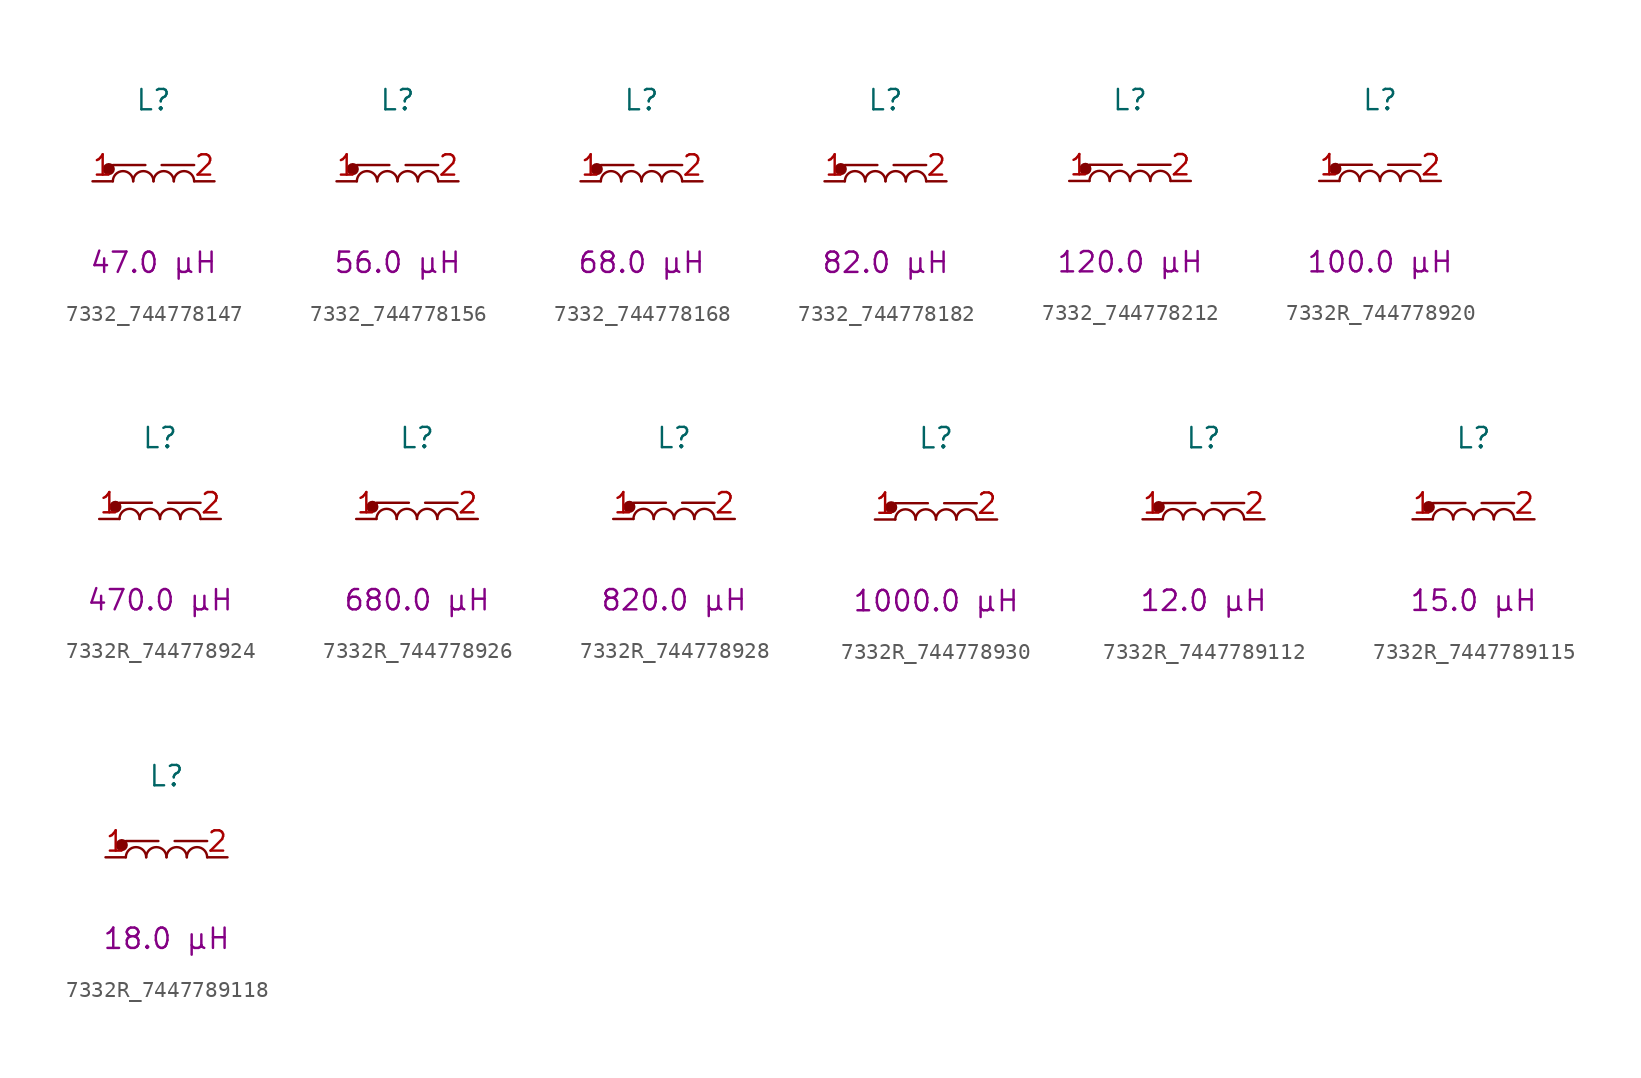
<source format=kicad_sym>
(kicad_symbol_lib
  (version 20220914)
  (generator kicad_symbol_editor)
  (symbol "7332_744778147"
    (pin_names hide)
    (property "Reference" "L"
      (at 0 5.08 0)
      (effects (font (size 1.27 1.27))))
    (property "Critical Parameter" "47.0 µH"
      (at 0 -5.08 0)
      (effects (font (size 1.27 1.27))))
    (symbol "7332_744778147_0_1"
      (arc (start -1.27 0) (mid -1.905 0.6323) (end -2.54 0) (stroke (width 0) (type default)) (fill (type none)))
      (arc (start 0 0) (mid -0.635 0.6323) (end -1.27 0) (stroke (width 0) (type default)) (fill (type none)))
      (polyline (pts (xy -2.54 1.016) (xy -0.508 1.016)) (stroke (width 0) (type default)) (fill (type none)))
      (arc (start 1.27 0) (mid 0.635 0.6323) (end 0 0) (stroke (width 0) (type default)) (fill (type none)))
      (arc (start 2.54 0) (mid 1.905 0.6323) (end 1.27 0) (stroke (width 0) (type default)) (fill (type none))))
    (symbol "7332_744778147_1_1"
      (circle (center -2.794 0.762) (radius 0.0001) (stroke (width 0.381) (type default)) (fill (type none)))
      (polyline (pts (xy 2.54 1.016) (xy 0.508 1.016)) (stroke (width 0) (type default)) (fill (type none)))
      (pin passive line (at -3.81 0 0) (length 1.27) (name "1" (effects (font (size 1.27 1.27)))) (number "1" (effects (font (size 1.27 1.27)))))
      (pin passive line (at 3.81 0 180) (length 1.27) (name "2" (effects (font (size 1.27 1.27)))) (number "2" (effects (font (size 1.27 1.27)))))))
  (symbol "7332_744778156"
    (pin_names hide)
    (property "Reference" "L"
      (at 0 5.08 0)
      (effects (font (size 1.27 1.27))))
    (property "Critical Parameter" "56.0 µH"
      (at 0 -5.08 0)
      (effects (font (size 1.27 1.27))))
    (symbol "7332_744778156_0_1"
      (arc (start -1.27 0) (mid -1.905 0.6323) (end -2.54 0) (stroke (width 0) (type default)) (fill (type none)))
      (arc (start 0 0) (mid -0.635 0.6323) (end -1.27 0) (stroke (width 0) (type default)) (fill (type none)))
      (polyline (pts (xy -2.54 1.016) (xy -0.508 1.016)) (stroke (width 0) (type default)) (fill (type none)))
      (arc (start 1.27 0) (mid 0.635 0.6323) (end 0 0) (stroke (width 0) (type default)) (fill (type none)))
      (arc (start 2.54 0) (mid 1.905 0.6323) (end 1.27 0) (stroke (width 0) (type default)) (fill (type none))))
    (symbol "7332_744778156_1_1"
      (circle (center -2.794 0.762) (radius 0.0001) (stroke (width 0.381) (type default)) (fill (type none)))
      (polyline (pts (xy 2.54 1.016) (xy 0.508 1.016)) (stroke (width 0) (type default)) (fill (type none)))
      (pin passive line (at -3.81 0 0) (length 1.27) (name "1" (effects (font (size 1.27 1.27)))) (number "1" (effects (font (size 1.27 1.27)))))
      (pin passive line (at 3.81 0 180) (length 1.27) (name "2" (effects (font (size 1.27 1.27)))) (number "2" (effects (font (size 1.27 1.27)))))))
  (symbol "7332_744778168"
    (pin_names hide)
    (property "Reference" "L"
      (at 0 5.08 0)
      (effects (font (size 1.27 1.27))))
    (property "Critical Parameter" "68.0 µH"
      (at 0 -5.08 0)
      (effects (font (size 1.27 1.27))))
    (symbol "7332_744778168_0_1"
      (arc (start -1.27 0) (mid -1.905 0.6323) (end -2.54 0) (stroke (width 0) (type default)) (fill (type none)))
      (arc (start 0 0) (mid -0.635 0.6323) (end -1.27 0) (stroke (width 0) (type default)) (fill (type none)))
      (polyline (pts (xy -2.54 1.016) (xy -0.508 1.016)) (stroke (width 0) (type default)) (fill (type none)))
      (arc (start 1.27 0) (mid 0.635 0.6323) (end 0 0) (stroke (width 0) (type default)) (fill (type none)))
      (arc (start 2.54 0) (mid 1.905 0.6323) (end 1.27 0) (stroke (width 0) (type default)) (fill (type none))))
    (symbol "7332_744778168_1_1"
      (circle (center -2.794 0.762) (radius 0.0001) (stroke (width 0.381) (type default)) (fill (type none)))
      (polyline (pts (xy 2.54 1.016) (xy 0.508 1.016)) (stroke (width 0) (type default)) (fill (type none)))
      (pin passive line (at -3.81 0 0) (length 1.27) (name "1" (effects (font (size 1.27 1.27)))) (number "1" (effects (font (size 1.27 1.27)))))
      (pin passive line (at 3.81 0 180) (length 1.27) (name "2" (effects (font (size 1.27 1.27)))) (number "2" (effects (font (size 1.27 1.27)))))))
  (symbol "7332_744778182"
    (pin_names hide)
    (property "Reference" "L"
      (at 0 5.08 0)
      (effects (font (size 1.27 1.27))))
    (property "Critical Parameter" "82.0 µH"
      (at 0 -5.08 0)
      (effects (font (size 1.27 1.27))))
    (symbol "7332_744778182_0_1"
      (arc (start -1.27 0) (mid -1.905 0.6323) (end -2.54 0) (stroke (width 0) (type default)) (fill (type none)))
      (arc (start 0 0) (mid -0.635 0.6323) (end -1.27 0) (stroke (width 0) (type default)) (fill (type none)))
      (polyline (pts (xy -2.54 1.016) (xy -0.508 1.016)) (stroke (width 0) (type default)) (fill (type none)))
      (arc (start 1.27 0) (mid 0.635 0.6323) (end 0 0) (stroke (width 0) (type default)) (fill (type none)))
      (arc (start 2.54 0) (mid 1.905 0.6323) (end 1.27 0) (stroke (width 0) (type default)) (fill (type none))))
    (symbol "7332_744778182_1_1"
      (circle (center -2.794 0.762) (radius 0.0001) (stroke (width 0.381) (type default)) (fill (type none)))
      (polyline (pts (xy 2.54 1.016) (xy 0.508 1.016)) (stroke (width 0) (type default)) (fill (type none)))
      (pin passive line (at -3.81 0 0) (length 1.27) (name "1" (effects (font (size 1.27 1.27)))) (number "1" (effects (font (size 1.27 1.27)))))
      (pin passive line (at 3.81 0 180) (length 1.27) (name "2" (effects (font (size 1.27 1.27)))) (number "2" (effects (font (size 1.27 1.27)))))))
  (symbol "7332_744778212"
    (pin_names hide)
    (property "Reference" "L"
      (at 0 5.08 0)
      (effects (font (size 1.27 1.27))))
    (property "Critical Parameter" "120.0 µH"
      (at 0 -5.08 0)
      (effects (font (size 1.27 1.27))))
    (symbol "7332_744778212_0_1"
      (arc (start -1.27 0) (mid -1.905 0.6323) (end -2.54 0) (stroke (width 0) (type default)) (fill (type none)))
      (arc (start 0 0) (mid -0.635 0.6323) (end -1.27 0) (stroke (width 0) (type default)) (fill (type none)))
      (polyline (pts (xy -2.54 1.016) (xy -0.508 1.016)) (stroke (width 0) (type default)) (fill (type none)))
      (arc (start 1.27 0) (mid 0.635 0.6323) (end 0 0) (stroke (width 0) (type default)) (fill (type none)))
      (arc (start 2.54 0) (mid 1.905 0.6323) (end 1.27 0) (stroke (width 0) (type default)) (fill (type none))))
    (symbol "7332_744778212_1_1"
      (circle (center -2.794 0.762) (radius 0.0001) (stroke (width 0.381) (type default)) (fill (type none)))
      (polyline (pts (xy 2.54 1.016) (xy 0.508 1.016)) (stroke (width 0) (type default)) (fill (type none)))
      (pin passive line (at -3.81 0 0) (length 1.27) (name "1" (effects (font (size 1.27 1.27)))) (number "1" (effects (font (size 1.27 1.27)))))
      (pin passive line (at 3.81 0 180) (length 1.27) (name "2" (effects (font (size 1.27 1.27)))) (number "2" (effects (font (size 1.27 1.27)))))))
  (symbol "7332R_744778920"
    (pin_names hide)
    (property "Reference" "L"
      (at 0 5.08 0)
      (effects (font (size 1.27 1.27))))
    (property "Critical Parameter" "100.0 µH"
      (at 0 -5.08 0)
      (effects (font (size 1.27 1.27))))
    (symbol "7332R_744778920_0_1"
      (arc (start -1.27 0) (mid -1.905 0.6323) (end -2.54 0) (stroke (width 0) (type default)) (fill (type none)))
      (arc (start 0 0) (mid -0.635 0.6323) (end -1.27 0) (stroke (width 0) (type default)) (fill (type none)))
      (polyline (pts (xy -2.54 1.016) (xy -0.508 1.016)) (stroke (width 0) (type default)) (fill (type none)))
      (arc (start 1.27 0) (mid 0.635 0.6323) (end 0 0) (stroke (width 0) (type default)) (fill (type none)))
      (arc (start 2.54 0) (mid 1.905 0.6323) (end 1.27 0) (stroke (width 0) (type default)) (fill (type none))))
    (symbol "7332R_744778920_1_1"
      (circle (center -2.794 0.762) (radius 0.0001) (stroke (width 0.381) (type default)) (fill (type none)))
      (polyline (pts (xy 2.54 1.016) (xy 0.508 1.016)) (stroke (width 0) (type default)) (fill (type none)))
      (pin passive line (at -3.81 0 0) (length 1.27) (name "1" (effects (font (size 1.27 1.27)))) (number "1" (effects (font (size 1.27 1.27)))))
      (pin passive line (at 3.81 0 180) (length 1.27) (name "2" (effects (font (size 1.27 1.27)))) (number "2" (effects (font (size 1.27 1.27)))))))
  (symbol "7332R_744778924"
    (pin_names hide)
    (property "Reference" "L"
      (at 0 5.08 0)
      (effects (font (size 1.27 1.27))))
    (property "Critical Parameter" "470.0 µH"
      (at 0 -5.08 0)
      (effects (font (size 1.27 1.27))))
    (symbol "7332R_744778924_0_1"
      (arc (start -1.27 0) (mid -1.905 0.6323) (end -2.54 0) (stroke (width 0) (type default)) (fill (type none)))
      (arc (start 0 0) (mid -0.635 0.6323) (end -1.27 0) (stroke (width 0) (type default)) (fill (type none)))
      (polyline (pts (xy -2.54 1.016) (xy -0.508 1.016)) (stroke (width 0) (type default)) (fill (type none)))
      (arc (start 1.27 0) (mid 0.635 0.6323) (end 0 0) (stroke (width 0) (type default)) (fill (type none)))
      (arc (start 2.54 0) (mid 1.905 0.6323) (end 1.27 0) (stroke (width 0) (type default)) (fill (type none))))
    (symbol "7332R_744778924_1_1"
      (circle (center -2.794 0.762) (radius 0.0001) (stroke (width 0.381) (type default)) (fill (type none)))
      (polyline (pts (xy 2.54 1.016) (xy 0.508 1.016)) (stroke (width 0) (type default)) (fill (type none)))
      (pin passive line (at -3.81 0 0) (length 1.27) (name "1" (effects (font (size 1.27 1.27)))) (number "1" (effects (font (size 1.27 1.27)))))
      (pin passive line (at 3.81 0 180) (length 1.27) (name "2" (effects (font (size 1.27 1.27)))) (number "2" (effects (font (size 1.27 1.27)))))))
  (symbol "7332R_744778926"
    (pin_names hide)
    (property "Reference" "L"
      (at 0 5.08 0)
      (effects (font (size 1.27 1.27))))
    (property "Critical Parameter" "680.0 µH"
      (at 0 -5.08 0)
      (effects (font (size 1.27 1.27))))
    (symbol "7332R_744778926_0_1"
      (arc (start -1.27 0) (mid -1.905 0.6323) (end -2.54 0) (stroke (width 0) (type default)) (fill (type none)))
      (arc (start 0 0) (mid -0.635 0.6323) (end -1.27 0) (stroke (width 0) (type default)) (fill (type none)))
      (polyline (pts (xy -2.54 1.016) (xy -0.508 1.016)) (stroke (width 0) (type default)) (fill (type none)))
      (arc (start 1.27 0) (mid 0.635 0.6323) (end 0 0) (stroke (width 0) (type default)) (fill (type none)))
      (arc (start 2.54 0) (mid 1.905 0.6323) (end 1.27 0) (stroke (width 0) (type default)) (fill (type none))))
    (symbol "7332R_744778926_1_1"
      (circle (center -2.794 0.762) (radius 0.0001) (stroke (width 0.381) (type default)) (fill (type none)))
      (polyline (pts (xy 2.54 1.016) (xy 0.508 1.016)) (stroke (width 0) (type default)) (fill (type none)))
      (pin passive line (at -3.81 0 0) (length 1.27) (name "1" (effects (font (size 1.27 1.27)))) (number "1" (effects (font (size 1.27 1.27)))))
      (pin passive line (at 3.81 0 180) (length 1.27) (name "2" (effects (font (size 1.27 1.27)))) (number "2" (effects (font (size 1.27 1.27)))))))
  (symbol "7332R_744778928"
    (pin_names hide)
    (property "Reference" "L"
      (at 0 5.08 0)
      (effects (font (size 1.27 1.27))))
    (property "Critical Parameter" "820.0 µH"
      (at 0 -5.08 0)
      (effects (font (size 1.27 1.27))))
    (symbol "7332R_744778928_0_1"
      (arc (start -1.27 0) (mid -1.905 0.6323) (end -2.54 0) (stroke (width 0) (type default)) (fill (type none)))
      (arc (start 0 0) (mid -0.635 0.6323) (end -1.27 0) (stroke (width 0) (type default)) (fill (type none)))
      (polyline (pts (xy -2.54 1.016) (xy -0.508 1.016)) (stroke (width 0) (type default)) (fill (type none)))
      (arc (start 1.27 0) (mid 0.635 0.6323) (end 0 0) (stroke (width 0) (type default)) (fill (type none)))
      (arc (start 2.54 0) (mid 1.905 0.6323) (end 1.27 0) (stroke (width 0) (type default)) (fill (type none))))
    (symbol "7332R_744778928_1_1"
      (circle (center -2.794 0.762) (radius 0.0001) (stroke (width 0.381) (type default)) (fill (type none)))
      (polyline (pts (xy 2.54 1.016) (xy 0.508 1.016)) (stroke (width 0) (type default)) (fill (type none)))
      (pin passive line (at -3.81 0 0) (length 1.27) (name "1" (effects (font (size 1.27 1.27)))) (number "1" (effects (font (size 1.27 1.27)))))
      (pin passive line (at 3.81 0 180) (length 1.27) (name "2" (effects (font (size 1.27 1.27)))) (number "2" (effects (font (size 1.27 1.27)))))))
  (symbol "7332R_744778930"
    (pin_names hide)
    (property "Reference" "L"
      (at 0 5.08 0)
      (effects (font (size 1.27 1.27))))
    (property "Critical Parameter" "1000.0 µH"
      (at 0 -5.08 0)
      (effects (font (size 1.27 1.27))))
    (symbol "7332R_744778930_0_1"
      (arc (start -1.27 0) (mid -1.905 0.6323) (end -2.54 0) (stroke (width 0) (type default)) (fill (type none)))
      (arc (start 0 0) (mid -0.635 0.6323) (end -1.27 0) (stroke (width 0) (type default)) (fill (type none)))
      (polyline (pts (xy -2.54 1.016) (xy -0.508 1.016)) (stroke (width 0) (type default)) (fill (type none)))
      (arc (start 1.27 0) (mid 0.635 0.6323) (end 0 0) (stroke (width 0) (type default)) (fill (type none)))
      (arc (start 2.54 0) (mid 1.905 0.6323) (end 1.27 0) (stroke (width 0) (type default)) (fill (type none))))
    (symbol "7332R_744778930_1_1"
      (circle (center -2.794 0.762) (radius 0.0001) (stroke (width 0.381) (type default)) (fill (type none)))
      (polyline (pts (xy 2.54 1.016) (xy 0.508 1.016)) (stroke (width 0) (type default)) (fill (type none)))
      (pin passive line (at -3.81 0 0) (length 1.27) (name "1" (effects (font (size 1.27 1.27)))) (number "1" (effects (font (size 1.27 1.27)))))
      (pin passive line (at 3.81 0 180) (length 1.27) (name "2" (effects (font (size 1.27 1.27)))) (number "2" (effects (font (size 1.27 1.27)))))))
  (symbol "7332R_7447789112"
    (pin_names hide)
    (property "Reference" "L"
      (at 0 5.08 0)
      (effects (font (size 1.27 1.27))))
    (property "Critical Parameter" "12.0 µH"
      (at 0 -5.08 0)
      (effects (font (size 1.27 1.27))))
    (symbol "7332R_7447789112_0_1"
      (arc (start -1.27 0) (mid -1.905 0.6323) (end -2.54 0) (stroke (width 0) (type default)) (fill (type none)))
      (arc (start 0 0) (mid -0.635 0.6323) (end -1.27 0) (stroke (width 0) (type default)) (fill (type none)))
      (polyline (pts (xy -2.54 1.016) (xy -0.508 1.016)) (stroke (width 0) (type default)) (fill (type none)))
      (arc (start 1.27 0) (mid 0.635 0.6323) (end 0 0) (stroke (width 0) (type default)) (fill (type none)))
      (arc (start 2.54 0) (mid 1.905 0.6323) (end 1.27 0) (stroke (width 0) (type default)) (fill (type none))))
    (symbol "7332R_7447789112_1_1"
      (circle (center -2.794 0.762) (radius 0.0001) (stroke (width 0.381) (type default)) (fill (type none)))
      (polyline (pts (xy 2.54 1.016) (xy 0.508 1.016)) (stroke (width 0) (type default)) (fill (type none)))
      (pin passive line (at -3.81 0 0) (length 1.27) (name "1" (effects (font (size 1.27 1.27)))) (number "1" (effects (font (size 1.27 1.27)))))
      (pin passive line (at 3.81 0 180) (length 1.27) (name "2" (effects (font (size 1.27 1.27)))) (number "2" (effects (font (size 1.27 1.27)))))))
  (symbol "7332R_7447789115"
    (pin_names hide)
    (property "Reference" "L"
      (at 0 5.08 0)
      (effects (font (size 1.27 1.27))))
    (property "Critical Parameter" "15.0 µH"
      (at 0 -5.08 0)
      (effects (font (size 1.27 1.27))))
    (symbol "7332R_7447789115_0_1"
      (arc (start -1.27 0) (mid -1.905 0.6323) (end -2.54 0) (stroke (width 0) (type default)) (fill (type none)))
      (arc (start 0 0) (mid -0.635 0.6323) (end -1.27 0) (stroke (width 0) (type default)) (fill (type none)))
      (polyline (pts (xy -2.54 1.016) (xy -0.508 1.016)) (stroke (width 0) (type default)) (fill (type none)))
      (arc (start 1.27 0) (mid 0.635 0.6323) (end 0 0) (stroke (width 0) (type default)) (fill (type none)))
      (arc (start 2.54 0) (mid 1.905 0.6323) (end 1.27 0) (stroke (width 0) (type default)) (fill (type none))))
    (symbol "7332R_7447789115_1_1"
      (circle (center -2.794 0.762) (radius 0.0001) (stroke (width 0.381) (type default)) (fill (type none)))
      (polyline (pts (xy 2.54 1.016) (xy 0.508 1.016)) (stroke (width 0) (type default)) (fill (type none)))
      (pin passive line (at -3.81 0 0) (length 1.27) (name "1" (effects (font (size 1.27 1.27)))) (number "1" (effects (font (size 1.27 1.27)))))
      (pin passive line (at 3.81 0 180) (length 1.27) (name "2" (effects (font (size 1.27 1.27)))) (number "2" (effects (font (size 1.27 1.27)))))))
  (symbol "7332R_7447789118"
    (pin_names hide)
    (property "Reference" "L"
      (at 0 5.08 0)
      (effects (font (size 1.27 1.27))))
    (property "Critical Parameter" "18.0 µH"
      (at 0 -5.08 0)
      (effects (font (size 1.27 1.27))))
    (symbol "7332R_7447789118_0_1"
      (arc (start -1.27 0) (mid -1.905 0.6323) (end -2.54 0) (stroke (width 0) (type default)) (fill (type none)))
      (arc (start 0 0) (mid -0.635 0.6323) (end -1.27 0) (stroke (width 0) (type default)) (fill (type none)))
      (polyline (pts (xy -2.54 1.016) (xy -0.508 1.016)) (stroke (width 0) (type default)) (fill (type none)))
      (arc (start 1.27 0) (mid 0.635 0.6323) (end 0 0) (stroke (width 0) (type default)) (fill (type none)))
      (arc (start 2.54 0) (mid 1.905 0.6323) (end 1.27 0) (stroke (width 0) (type default)) (fill (type none))))
    (symbol "7332R_7447789118_1_1"
      (circle (center -2.794 0.762) (radius 0.0001) (stroke (width 0.381) (type default)) (fill (type none)))
      (polyline (pts (xy 2.54 1.016) (xy 0.508 1.016)) (stroke (width 0) (type default)) (fill (type none)))
      (pin passive line (at -3.81 0 0) (length 1.27) (name "1" (effects (font (size 1.27 1.27)))) (number "1" (effects (font (size 1.27 1.27)))))
      (pin passive line (at 3.81 0 180) (length 1.27) (name "2" (effects (font (size 1.27 1.27)))) (number "2" (effects (font (size 1.27 1.27))))))))
</source>
